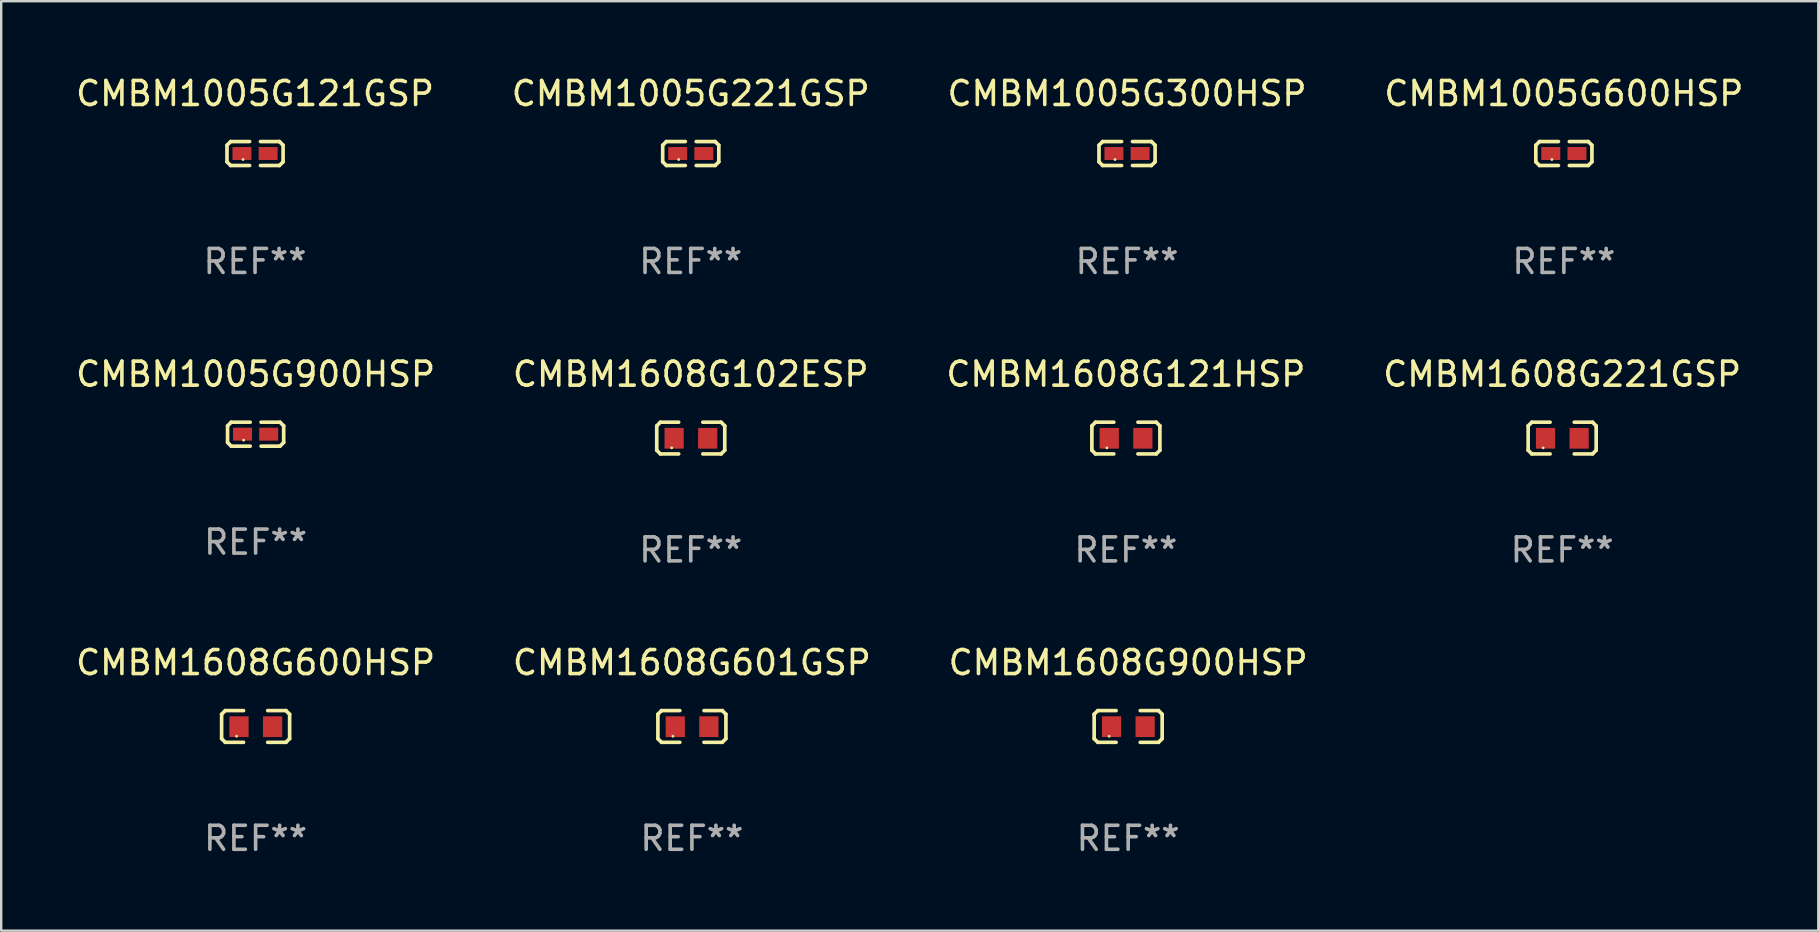
<source format=kicad_pcb>
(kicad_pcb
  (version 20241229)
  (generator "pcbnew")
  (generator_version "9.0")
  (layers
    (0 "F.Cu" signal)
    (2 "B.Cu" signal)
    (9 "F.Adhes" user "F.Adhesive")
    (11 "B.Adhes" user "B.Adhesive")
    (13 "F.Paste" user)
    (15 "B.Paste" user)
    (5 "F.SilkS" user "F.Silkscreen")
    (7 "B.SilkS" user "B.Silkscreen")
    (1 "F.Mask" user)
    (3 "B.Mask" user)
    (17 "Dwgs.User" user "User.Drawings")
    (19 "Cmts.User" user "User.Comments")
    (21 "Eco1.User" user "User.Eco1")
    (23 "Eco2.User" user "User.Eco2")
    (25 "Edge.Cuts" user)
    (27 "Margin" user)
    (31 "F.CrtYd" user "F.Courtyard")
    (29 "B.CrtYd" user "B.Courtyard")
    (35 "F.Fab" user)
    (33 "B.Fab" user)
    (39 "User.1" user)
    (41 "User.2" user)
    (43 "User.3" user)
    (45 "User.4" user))
  (footprint "CMBM1005G300HSP"
    (layer "F.Cu")
    (at 43.911 3.347)
    (property "Reference" "CMBM1005G300HSP" (at 0 -2.499 0) (layer "F.SilkS") (effects (font (size 1 1) (thickness 0.15))))
    (attr through_hole)
    (fp_line (start -1.169 -0.346) (end -1.016 -0.499) (stroke (width 0.152) (type solid)) (layer "F.SilkS"))
    (fp_line (start -1.169 0.346) (end -1.169 -0.346) (stroke (width 0.152) (type solid)) (layer "F.SilkS"))
    (fp_line (start -1.016 -0.499) (end -0.226 -0.499) (stroke (width 0.152) (type solid)) (layer "F.SilkS"))
    (fp_line (start -1.016 0.499) (end -1.169 0.346) (stroke (width 0.152) (type solid)) (layer "F.SilkS"))
    (fp_line (start -0.226 0.499) (end -1.016 0.499) (stroke (width 0.152) (type solid)) (layer "F.SilkS"))
    (fp_line (start 0.226 0.499) (end 1.016 0.499) (stroke (width 0.152) (type solid)) (layer "F.SilkS"))
    (fp_line (start 1.016 -0.499) (end 0.226 -0.499) (stroke (width 0.152) (type solid)) (layer "F.SilkS"))
    (fp_line (start 1.016 0.499) (end 1.169 0.346) (stroke (width 0.152) (type solid)) (layer "F.SilkS"))
    (fp_line (start 1.169 -0.346) (end 1.016 -0.499) (stroke (width 0.152) (type solid)) (layer "F.SilkS"))
    (fp_line (start 1.169 0.346) (end 1.169 -0.346) (stroke (width 0.152) (type solid)) (layer "F.SilkS"))
    (fp_circle (center -0.5 0.25) (end -0.47 0.25) (stroke (width 0.06) (type solid)) (fill no) (layer "F.SilkS"))
    (fp_text user "REF**" (at 0 4.499 0) (layer "F.Fab") (effects (font (size 1 1) (thickness 0.15))))
    (pad "1" smd rect (at -0.545 0) (size 0.79 0.54) (layers "F.Cu" "F.Mask" "F.Paste"))
    (pad "2" smd rect (at 0.545 0) (size 0.79 0.54) (layers "F.Cu" "F.Mask" "F.Paste")))
  (footprint "CMBM1608G121HSP"
    (layer "F.Cu")
    (at 43.863 15.203)
    (property "Reference" "CMBM1608G121HSP" (at 0 -2.661 0) (layer "F.SilkS") (effects (font (size 1 1) (thickness 0.15))))
    (attr through_hole)
    (fp_line (start -1.417 -0.508) (end -1.265 -0.661) (stroke (width 0.152) (type solid)) (layer "F.SilkS"))
    (fp_line (start -1.417 0.508) (end -1.417 -0.508) (stroke (width 0.152) (type solid)) (layer "F.SilkS"))
    (fp_line (start -1.265 -0.661) (end -0.503 -0.661) (stroke (width 0.152) (type solid)) (layer "F.SilkS"))
    (fp_line (start -1.265 0.661) (end -1.417 0.508) (stroke (width 0.152) (type solid)) (layer "F.SilkS"))
    (fp_line (start -1.265 0.661) (end -0.503 0.661) (stroke (width 0.152) (type solid)) (layer "F.SilkS"))
    (fp_line (start 1.265 -0.661) (end 0.503 -0.661) (stroke (width 0.152) (type solid)) (layer "F.SilkS"))
    (fp_line (start 1.265 -0.661) (end 1.417 -0.508) (stroke (width 0.152) (type solid)) (layer "F.SilkS"))
    (fp_line (start 1.265 0.661) (end 0.503 0.661) (stroke (width 0.152) (type solid)) (layer "F.SilkS"))
    (fp_line (start 1.417 -0.508) (end 1.417 0.508) (stroke (width 0.152) (type solid)) (layer "F.SilkS"))
    (fp_line (start 1.417 0.508) (end 1.265 0.661) (stroke (width 0.152) (type solid)) (layer "F.SilkS"))
    (fp_circle (center -0.793 0.409) (end -0.763 0.409) (stroke (width 0.06) (type solid)) (fill no) (layer "F.SilkS"))
    (fp_text user "REF**" (at 0 4.661 0) (layer "F.Fab") (effects (font (size 1 1) (thickness 0.15))))
    (pad "1" smd rect (at -0.693 0.009 180) (size 0.8 0.864) (layers "F.Cu" "F.Mask" "F.Paste"))
    (pad "2" smd rect (at 0.707 0.009 180) (size 0.8 0.864) (layers "F.Cu" "F.Mask" "F.Paste")))
  (footprint "CMBM1608G900HSP"
    (layer "F.Cu")
    (at 43.958 27.22)
    (property "Reference" "CMBM1608G900HSP" (at 0 -2.661 0) (layer "F.SilkS") (effects (font (size 1 1) (thickness 0.15))))
    (attr through_hole)
    (fp_line (start -1.417 -0.508) (end -1.265 -0.661) (stroke (width 0.152) (type solid)) (layer "F.SilkS"))
    (fp_line (start -1.417 0.508) (end -1.417 -0.508) (stroke (width 0.152) (type solid)) (layer "F.SilkS"))
    (fp_line (start -1.265 -0.661) (end -0.503 -0.661) (stroke (width 0.152) (type solid)) (layer "F.SilkS"))
    (fp_line (start -1.265 0.661) (end -1.417 0.508) (stroke (width 0.152) (type solid)) (layer "F.SilkS"))
    (fp_line (start -1.265 0.661) (end -0.503 0.661) (stroke (width 0.152) (type solid)) (layer "F.SilkS"))
    (fp_line (start 1.265 -0.661) (end 0.503 -0.661) (stroke (width 0.152) (type solid)) (layer "F.SilkS"))
    (fp_line (start 1.265 -0.661) (end 1.417 -0.508) (stroke (width 0.152) (type solid)) (layer "F.SilkS"))
    (fp_line (start 1.265 0.661) (end 0.503 0.661) (stroke (width 0.152) (type solid)) (layer "F.SilkS"))
    (fp_line (start 1.417 -0.508) (end 1.417 0.508) (stroke (width 0.152) (type solid)) (layer "F.SilkS"))
    (fp_line (start 1.417 0.508) (end 1.265 0.661) (stroke (width 0.152) (type solid)) (layer "F.SilkS"))
    (fp_circle (center -0.793 0.409) (end -0.763 0.409) (stroke (width 0.06) (type solid)) (fill no) (layer "F.SilkS"))
    (fp_text user "REF**" (at 0 4.661 0) (layer "F.Fab") (effects (font (size 1 1) (thickness 0.15))))
    (pad "1" smd rect (at -0.693 0.009 180) (size 0.8 0.864) (layers "F.Cu" "F.Mask" "F.Paste"))
    (pad "2" smd rect (at 0.707 0.009 180) (size 0.8 0.864) (layers "F.Cu" "F.Mask" "F.Paste")))
  (footprint "CMBM1608G600HSP"
    (layer "F.Cu")
    (at 7.601 27.22)
    (property "Reference" "CMBM1608G600HSP" (at 0 -2.661 0) (layer "F.SilkS") (effects (font (size 1 1) (thickness 0.15))))
    (attr through_hole)
    (fp_line (start -1.417 -0.508) (end -1.265 -0.661) (stroke (width 0.152) (type solid)) (layer "F.SilkS"))
    (fp_line (start -1.417 0.508) (end -1.417 -0.508) (stroke (width 0.152) (type solid)) (layer "F.SilkS"))
    (fp_line (start -1.265 -0.661) (end -0.503 -0.661) (stroke (width 0.152) (type solid)) (layer "F.SilkS"))
    (fp_line (start -1.265 0.661) (end -1.417 0.508) (stroke (width 0.152) (type solid)) (layer "F.SilkS"))
    (fp_line (start -1.265 0.661) (end -0.503 0.661) (stroke (width 0.152) (type solid)) (layer "F.SilkS"))
    (fp_line (start 1.265 -0.661) (end 0.503 -0.661) (stroke (width 0.152) (type solid)) (layer "F.SilkS"))
    (fp_line (start 1.265 -0.661) (end 1.417 -0.508) (stroke (width 0.152) (type solid)) (layer "F.SilkS"))
    (fp_line (start 1.265 0.661) (end 0.503 0.661) (stroke (width 0.152) (type solid)) (layer "F.SilkS"))
    (fp_line (start 1.417 -0.508) (end 1.417 0.508) (stroke (width 0.152) (type solid)) (layer "F.SilkS"))
    (fp_line (start 1.417 0.508) (end 1.265 0.661) (stroke (width 0.152) (type solid)) (layer "F.SilkS"))
    (fp_circle (center -0.793 0.409) (end -0.763 0.409) (stroke (width 0.06) (type solid)) (fill no) (layer "F.SilkS"))
    (fp_text user "REF**" (at 0 4.661 0) (layer "F.Fab") (effects (font (size 1 1) (thickness 0.15))))
    (pad "1" smd rect (at -0.693 0.009 180) (size 0.8 0.864) (layers "F.Cu" "F.Mask" "F.Paste"))
    (pad "2" smd rect (at 0.707 0.009 180) (size 0.8 0.864) (layers "F.Cu" "F.Mask" "F.Paste")))
  (footprint "CMBM1005G221GSP"
    (layer "F.Cu")
    (at 25.732 3.347)
    (property "Reference" "CMBM1005G221GSP" (at 0 -2.499 0) (layer "F.SilkS") (effects (font (size 1 1) (thickness 0.15))))
    (attr through_hole)
    (fp_line (start -1.169 -0.346) (end -1.016 -0.499) (stroke (width 0.152) (type solid)) (layer "F.SilkS"))
    (fp_line (start -1.169 0.346) (end -1.169 -0.346) (stroke (width 0.152) (type solid)) (layer "F.SilkS"))
    (fp_line (start -1.016 -0.499) (end -0.226 -0.499) (stroke (width 0.152) (type solid)) (layer "F.SilkS"))
    (fp_line (start -1.016 0.499) (end -1.169 0.346) (stroke (width 0.152) (type solid)) (layer "F.SilkS"))
    (fp_line (start -0.226 0.499) (end -1.016 0.499) (stroke (width 0.152) (type solid)) (layer "F.SilkS"))
    (fp_line (start 0.226 0.499) (end 1.016 0.499) (stroke (width 0.152) (type solid)) (layer "F.SilkS"))
    (fp_line (start 1.016 -0.499) (end 0.226 -0.499) (stroke (width 0.152) (type solid)) (layer "F.SilkS"))
    (fp_line (start 1.016 0.499) (end 1.169 0.346) (stroke (width 0.152) (type solid)) (layer "F.SilkS"))
    (fp_line (start 1.169 -0.346) (end 1.016 -0.499) (stroke (width 0.152) (type solid)) (layer "F.SilkS"))
    (fp_line (start 1.169 0.346) (end 1.169 -0.346) (stroke (width 0.152) (type solid)) (layer "F.SilkS"))
    (fp_circle (center -0.5 0.25) (end -0.47 0.25) (stroke (width 0.06) (type solid)) (fill no) (layer "F.SilkS"))
    (fp_text user "REF**" (at 0 4.499 0) (layer "F.Fab") (effects (font (size 1 1) (thickness 0.15))))
    (pad "1" smd rect (at -0.545 0) (size 0.79 0.54) (layers "F.Cu" "F.Mask" "F.Paste"))
    (pad "2" smd rect (at 0.545 0) (size 0.79 0.54) (layers "F.Cu" "F.Mask" "F.Paste")))
  (footprint "CMBM1005G121GSP"
    (layer "F.Cu")
    (at 7.577 3.347)
    (property "Reference" "CMBM1005G121GSP" (at 0 -2.499 0) (layer "F.SilkS") (effects (font (size 1 1) (thickness 0.15))))
    (attr through_hole)
    (fp_line (start -1.169 -0.346) (end -1.016 -0.499) (stroke (width 0.152) (type solid)) (layer "F.SilkS"))
    (fp_line (start -1.169 0.346) (end -1.169 -0.346) (stroke (width 0.152) (type solid)) (layer "F.SilkS"))
    (fp_line (start -1.016 -0.499) (end -0.226 -0.499) (stroke (width 0.152) (type solid)) (layer "F.SilkS"))
    (fp_line (start -1.016 0.499) (end -1.169 0.346) (stroke (width 0.152) (type solid)) (layer "F.SilkS"))
    (fp_line (start -0.226 0.499) (end -1.016 0.499) (stroke (width 0.152) (type solid)) (layer "F.SilkS"))
    (fp_line (start 0.226 0.499) (end 1.016 0.499) (stroke (width 0.152) (type solid)) (layer "F.SilkS"))
    (fp_line (start 1.016 -0.499) (end 0.226 -0.499) (stroke (width 0.152) (type solid)) (layer "F.SilkS"))
    (fp_line (start 1.016 0.499) (end 1.169 0.346) (stroke (width 0.152) (type solid)) (layer "F.SilkS"))
    (fp_line (start 1.169 -0.346) (end 1.016 -0.499) (stroke (width 0.152) (type solid)) (layer "F.SilkS"))
    (fp_line (start 1.169 0.346) (end 1.169 -0.346) (stroke (width 0.152) (type solid)) (layer "F.SilkS"))
    (fp_circle (center -0.5 0.25) (end -0.47 0.25) (stroke (width 0.06) (type solid)) (fill no) (layer "F.SilkS"))
    (fp_text user "REF**" (at 0 4.499 0) (layer "F.Fab") (effects (font (size 1 1) (thickness 0.15))))
    (pad "1" smd rect (at -0.545 0) (size 0.79 0.54) (layers "F.Cu" "F.Mask" "F.Paste"))
    (pad "2" smd rect (at 0.545 0) (size 0.79 0.54) (layers "F.Cu" "F.Mask" "F.Paste")))
  (footprint "CMBM1608G601GSP"
    (layer "F.Cu")
    (at 25.78 27.22)
    (property "Reference" "CMBM1608G601GSP" (at 0 -2.661 0) (layer "F.SilkS") (effects (font (size 1 1) (thickness 0.15))))
    (attr through_hole)
    (fp_line (start -1.417 -0.508) (end -1.265 -0.661) (stroke (width 0.152) (type solid)) (layer "F.SilkS"))
    (fp_line (start -1.417 0.508) (end -1.417 -0.508) (stroke (width 0.152) (type solid)) (layer "F.SilkS"))
    (fp_line (start -1.265 -0.661) (end -0.503 -0.661) (stroke (width 0.152) (type solid)) (layer "F.SilkS"))
    (fp_line (start -1.265 0.661) (end -1.417 0.508) (stroke (width 0.152) (type solid)) (layer "F.SilkS"))
    (fp_line (start -1.265 0.661) (end -0.503 0.661) (stroke (width 0.152) (type solid)) (layer "F.SilkS"))
    (fp_line (start 1.265 -0.661) (end 0.503 -0.661) (stroke (width 0.152) (type solid)) (layer "F.SilkS"))
    (fp_line (start 1.265 -0.661) (end 1.417 -0.508) (stroke (width 0.152) (type solid)) (layer "F.SilkS"))
    (fp_line (start 1.265 0.661) (end 0.503 0.661) (stroke (width 0.152) (type solid)) (layer "F.SilkS"))
    (fp_line (start 1.417 -0.508) (end 1.417 0.508) (stroke (width 0.152) (type solid)) (layer "F.SilkS"))
    (fp_line (start 1.417 0.508) (end 1.265 0.661) (stroke (width 0.152) (type solid)) (layer "F.SilkS"))
    (fp_circle (center -0.793 0.409) (end -0.763 0.409) (stroke (width 0.06) (type solid)) (fill no) (layer "F.SilkS"))
    (fp_text user "REF**" (at 0 4.661 0) (layer "F.Fab") (effects (font (size 1 1) (thickness 0.15))))
    (pad "1" smd rect (at -0.693 0.009 180) (size 0.8 0.864) (layers "F.Cu" "F.Mask" "F.Paste"))
    (pad "2" smd rect (at 0.707 0.009 180) (size 0.8 0.864) (layers "F.Cu" "F.Mask" "F.Paste")))
  (footprint "CMBM1608G102ESP"
    (layer "F.Cu")
    (at 25.732 15.203)
    (property "Reference" "CMBM1608G102ESP" (at 0 -2.661 0) (layer "F.SilkS") (effects (font (size 1 1) (thickness 0.15))))
    (attr through_hole)
    (fp_line (start -1.417 -0.508) (end -1.265 -0.661) (stroke (width 0.152) (type solid)) (layer "F.SilkS"))
    (fp_line (start -1.417 0.508) (end -1.417 -0.508) (stroke (width 0.152) (type solid)) (layer "F.SilkS"))
    (fp_line (start -1.265 -0.661) (end -0.503 -0.661) (stroke (width 0.152) (type solid)) (layer "F.SilkS"))
    (fp_line (start -1.265 0.661) (end -1.417 0.508) (stroke (width 0.152) (type solid)) (layer "F.SilkS"))
    (fp_line (start -1.265 0.661) (end -0.503 0.661) (stroke (width 0.152) (type solid)) (layer "F.SilkS"))
    (fp_line (start 1.265 -0.661) (end 0.503 -0.661) (stroke (width 0.152) (type solid)) (layer "F.SilkS"))
    (fp_line (start 1.265 -0.661) (end 1.417 -0.508) (stroke (width 0.152) (type solid)) (layer "F.SilkS"))
    (fp_line (start 1.265 0.661) (end 0.503 0.661) (stroke (width 0.152) (type solid)) (layer "F.SilkS"))
    (fp_line (start 1.417 -0.508) (end 1.417 0.508) (stroke (width 0.152) (type solid)) (layer "F.SilkS"))
    (fp_line (start 1.417 0.508) (end 1.265 0.661) (stroke (width 0.152) (type solid)) (layer "F.SilkS"))
    (fp_circle (center -0.793 0.409) (end -0.763 0.409) (stroke (width 0.06) (type solid)) (fill no) (layer "F.SilkS"))
    (fp_text user "REF**" (at 0 4.661 0) (layer "F.Fab") (effects (font (size 1 1) (thickness 0.15))))
    (pad "1" smd rect (at -0.693 0.009 180) (size 0.8 0.864) (layers "F.Cu" "F.Mask" "F.Paste"))
    (pad "2" smd rect (at 0.707 0.009 180) (size 0.8 0.864) (layers "F.Cu" "F.Mask" "F.Paste")))
  (footprint "CMBM1005G600HSP"
    (layer "F.Cu")
    (at 62.113 3.347)
    (property "Reference" "CMBM1005G600HSP" (at 0 -2.499 0) (layer "F.SilkS") (effects (font (size 1 1) (thickness 0.15))))
    (attr through_hole)
    (fp_line (start -1.169 -0.346) (end -1.016 -0.499) (stroke (width 0.152) (type solid)) (layer "F.SilkS"))
    (fp_line (start -1.169 0.346) (end -1.169 -0.346) (stroke (width 0.152) (type solid)) (layer "F.SilkS"))
    (fp_line (start -1.016 -0.499) (end -0.226 -0.499) (stroke (width 0.152) (type solid)) (layer "F.SilkS"))
    (fp_line (start -1.016 0.499) (end -1.169 0.346) (stroke (width 0.152) (type solid)) (layer "F.SilkS"))
    (fp_line (start -0.226 0.499) (end -1.016 0.499) (stroke (width 0.152) (type solid)) (layer "F.SilkS"))
    (fp_line (start 0.226 0.499) (end 1.016 0.499) (stroke (width 0.152) (type solid)) (layer "F.SilkS"))
    (fp_line (start 1.016 -0.499) (end 0.226 -0.499) (stroke (width 0.152) (type solid)) (layer "F.SilkS"))
    (fp_line (start 1.016 0.499) (end 1.169 0.346) (stroke (width 0.152) (type solid)) (layer "F.SilkS"))
    (fp_line (start 1.169 -0.346) (end 1.016 -0.499) (stroke (width 0.152) (type solid)) (layer "F.SilkS"))
    (fp_line (start 1.169 0.346) (end 1.169 -0.346) (stroke (width 0.152) (type solid)) (layer "F.SilkS"))
    (fp_circle (center -0.5 0.25) (end -0.47 0.25) (stroke (width 0.06) (type solid)) (fill no) (layer "F.SilkS"))
    (fp_text user "REF**" (at 0 4.499 0) (layer "F.Fab") (effects (font (size 1 1) (thickness 0.15))))
    (pad "1" smd rect (at -0.545 0) (size 0.79 0.54) (layers "F.Cu" "F.Mask" "F.Paste"))
    (pad "2" smd rect (at 0.545 0) (size 0.79 0.54) (layers "F.Cu" "F.Mask" "F.Paste")))
  (footprint "CMBM1005G900HSP"
    (layer "F.Cu")
    (at 7.601 15.041)
    (property "Reference" "CMBM1005G900HSP" (at 0 -2.499 0) (layer "F.SilkS") (effects (font (size 1 1) (thickness 0.15))))
    (attr through_hole)
    (fp_line (start -1.169 -0.346) (end -1.016 -0.499) (stroke (width 0.152) (type solid)) (layer "F.SilkS"))
    (fp_line (start -1.169 0.346) (end -1.169 -0.346) (stroke (width 0.152) (type solid)) (layer "F.SilkS"))
    (fp_line (start -1.016 -0.499) (end -0.226 -0.499) (stroke (width 0.152) (type solid)) (layer "F.SilkS"))
    (fp_line (start -1.016 0.499) (end -1.169 0.346) (stroke (width 0.152) (type solid)) (layer "F.SilkS"))
    (fp_line (start -0.226 0.499) (end -1.016 0.499) (stroke (width 0.152) (type solid)) (layer "F.SilkS"))
    (fp_line (start 0.226 0.499) (end 1.016 0.499) (stroke (width 0.152) (type solid)) (layer "F.SilkS"))
    (fp_line (start 1.016 -0.499) (end 0.226 -0.499) (stroke (width 0.152) (type solid)) (layer "F.SilkS"))
    (fp_line (start 1.016 0.499) (end 1.169 0.346) (stroke (width 0.152) (type solid)) (layer "F.SilkS"))
    (fp_line (start 1.169 -0.346) (end 1.016 -0.499) (stroke (width 0.152) (type solid)) (layer "F.SilkS"))
    (fp_line (start 1.169 0.346) (end 1.169 -0.346) (stroke (width 0.152) (type solid)) (layer "F.SilkS"))
    (fp_circle (center -0.5 0.25) (end -0.47 0.25) (stroke (width 0.06) (type solid)) (fill no) (layer "F.SilkS"))
    (fp_text user "REF**" (at 0 4.499 0) (layer "F.Fab") (effects (font (size 1 1) (thickness 0.15))))
    (pad "1" smd rect (at -0.545 0) (size 0.79 0.54) (layers "F.Cu" "F.Mask" "F.Paste"))
    (pad "2" smd rect (at 0.545 0) (size 0.79 0.54) (layers "F.Cu" "F.Mask" "F.Paste")))
  (footprint "CMBM1608G221GSP"
    (layer "F.Cu")
    (at 62.042 15.203)
    (property "Reference" "CMBM1608G221GSP" (at 0 -2.661 0) (layer "F.SilkS") (effects (font (size 1 1) (thickness 0.15))))
    (attr through_hole)
    (fp_line (start -1.417 -0.508) (end -1.265 -0.661) (stroke (width 0.152) (type solid)) (layer "F.SilkS"))
    (fp_line (start -1.417 0.508) (end -1.417 -0.508) (stroke (width 0.152) (type solid)) (layer "F.SilkS"))
    (fp_line (start -1.265 -0.661) (end -0.503 -0.661) (stroke (width 0.152) (type solid)) (layer "F.SilkS"))
    (fp_line (start -1.265 0.661) (end -1.417 0.508) (stroke (width 0.152) (type solid)) (layer "F.SilkS"))
    (fp_line (start -1.265 0.661) (end -0.503 0.661) (stroke (width 0.152) (type solid)) (layer "F.SilkS"))
    (fp_line (start 1.265 -0.661) (end 0.503 -0.661) (stroke (width 0.152) (type solid)) (layer "F.SilkS"))
    (fp_line (start 1.265 -0.661) (end 1.417 -0.508) (stroke (width 0.152) (type solid)) (layer "F.SilkS"))
    (fp_line (start 1.265 0.661) (end 0.503 0.661) (stroke (width 0.152) (type solid)) (layer "F.SilkS"))
    (fp_line (start 1.417 -0.508) (end 1.417 0.508) (stroke (width 0.152) (type solid)) (layer "F.SilkS"))
    (fp_line (start 1.417 0.508) (end 1.265 0.661) (stroke (width 0.152) (type solid)) (layer "F.SilkS"))
    (fp_circle (center -0.793 0.409) (end -0.763 0.409) (stroke (width 0.06) (type solid)) (fill no) (layer "F.SilkS"))
    (fp_text user "REF**" (at 0 4.661 0) (layer "F.Fab") (effects (font (size 1 1) (thickness 0.15))))
    (pad "1" smd rect (at -0.693 0.009 180) (size 0.8 0.864) (layers "F.Cu" "F.Mask" "F.Paste"))
    (pad "2" smd rect (at 0.707 0.009 180) (size 0.8 0.864) (layers "F.Cu" "F.Mask" "F.Paste")))
  (gr_rect
    (start -3 -3)
    (end 72.714 35.729)
    (stroke (width 0.1) (type default))
    (fill no)
    (layer "Edge.Cuts")))
</source>
